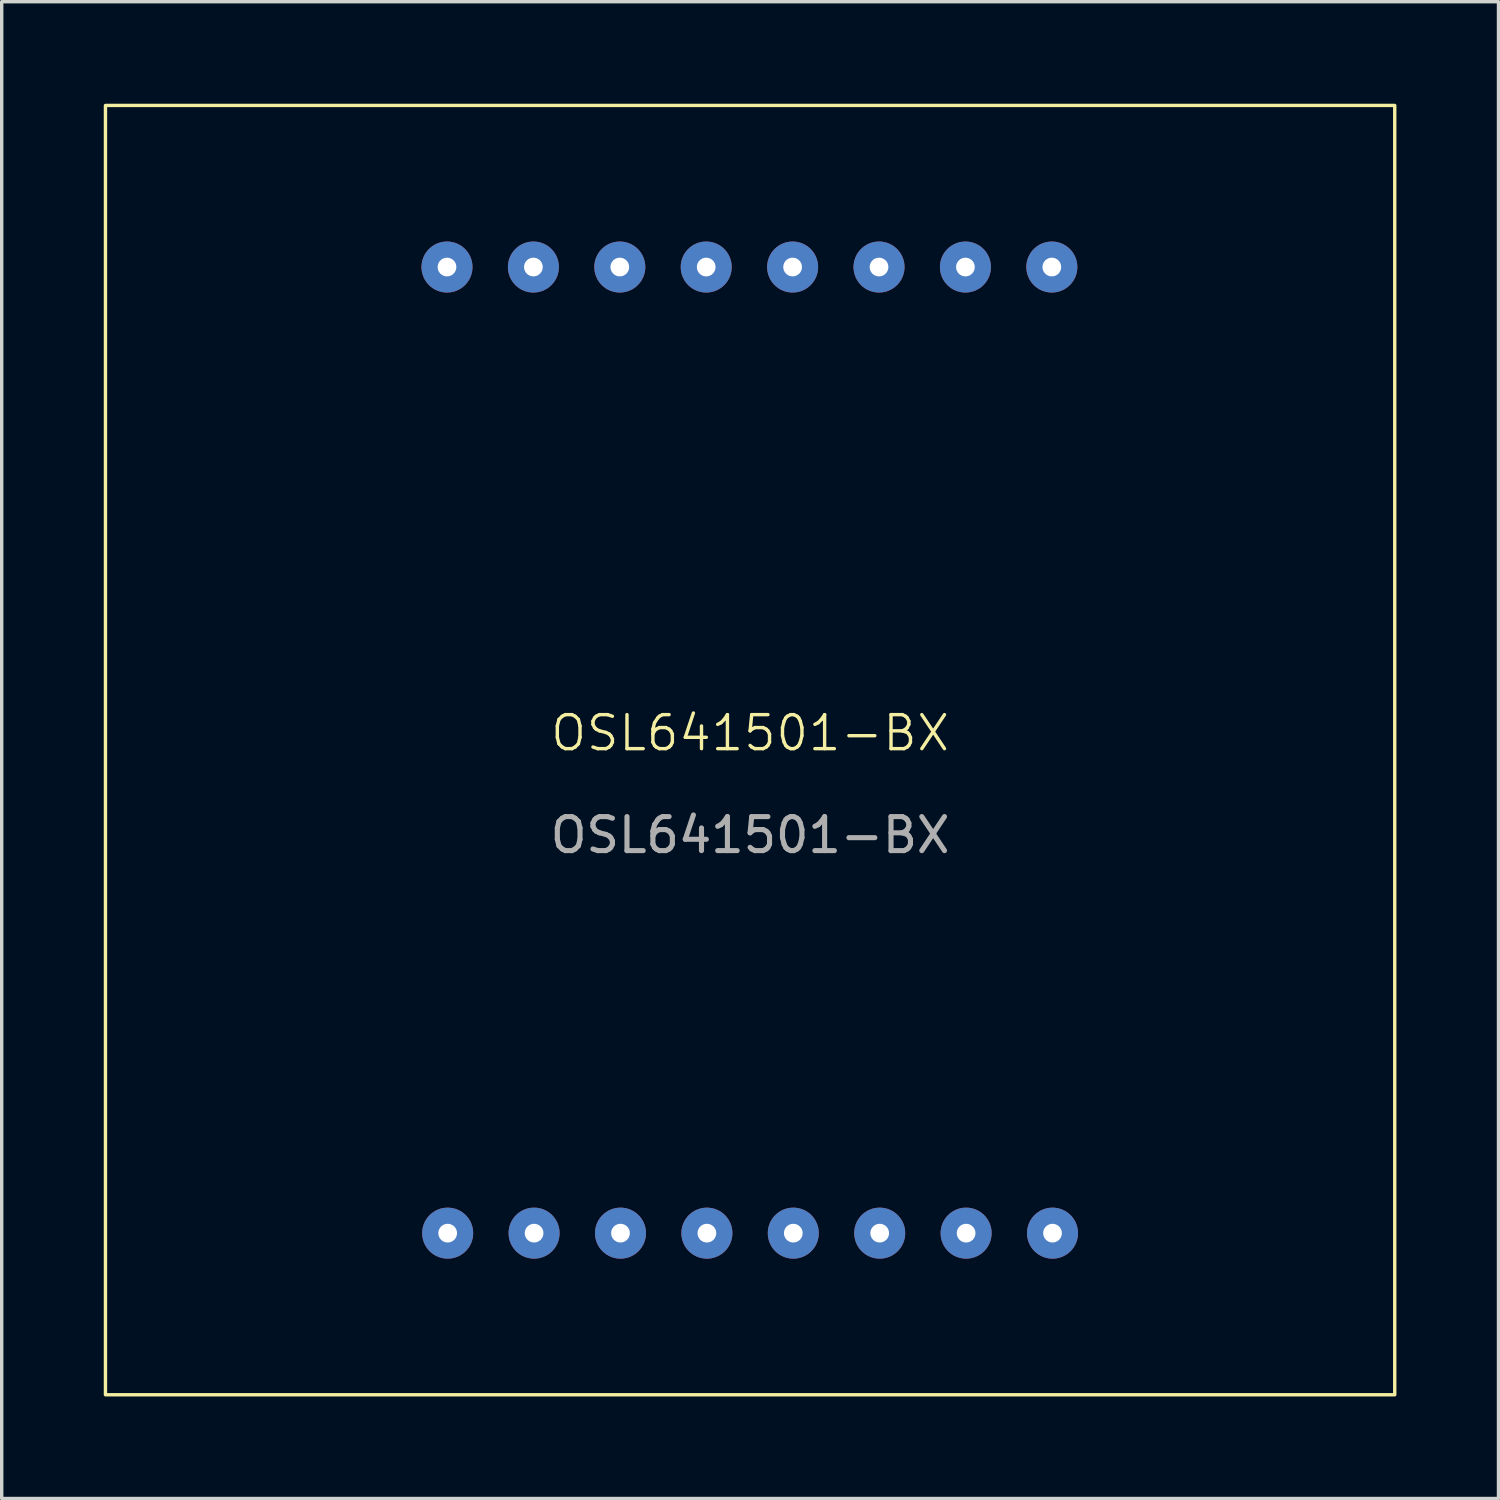
<source format=kicad_pcb>
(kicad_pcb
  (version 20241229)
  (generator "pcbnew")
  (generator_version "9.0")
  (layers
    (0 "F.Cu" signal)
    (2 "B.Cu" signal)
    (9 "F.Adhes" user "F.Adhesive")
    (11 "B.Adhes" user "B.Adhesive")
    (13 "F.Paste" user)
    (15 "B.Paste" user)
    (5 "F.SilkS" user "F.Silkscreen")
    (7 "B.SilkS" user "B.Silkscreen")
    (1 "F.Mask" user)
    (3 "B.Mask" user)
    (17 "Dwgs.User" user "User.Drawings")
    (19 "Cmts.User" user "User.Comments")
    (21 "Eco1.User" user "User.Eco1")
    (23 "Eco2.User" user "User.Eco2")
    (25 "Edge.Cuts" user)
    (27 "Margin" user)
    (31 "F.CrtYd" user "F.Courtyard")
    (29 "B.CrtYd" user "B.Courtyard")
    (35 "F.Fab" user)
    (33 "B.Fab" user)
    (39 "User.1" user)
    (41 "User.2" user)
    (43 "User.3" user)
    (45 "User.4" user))
  (footprint "OSL641501-BX"
    (layer "F.Cu")
    (at 19 19)
    (property "Reference" "OSL641501-BX" (at 0 -0.5 0) (unlocked yes) (layer "F.SilkS") (effects (font (size 1 1) (thickness 0.1))))
    (attr through_hole)
    (fp_rect (start -18.95 -18.95) (end 18.95 18.95) (stroke (width 0.1) (type default)) (fill no) (layer "F.SilkS"))
    (fp_text user "${REFERENCE}" (at 0 2.5 0) (unlocked yes) (layer "F.Fab") (effects (font (size 1 1) (thickness 0.15))))
    (pad "1" thru_hole circle (at -8.89 14.2 90) (size 1.5 1.5) (drill 0.55) (layers "*.Cu" "*.Mask"))
    (pad "2" thru_hole circle (at -6.35 14.2 90) (size 1.5 1.5) (drill 0.55) (layers "*.Cu" "*.Mask"))
    (pad "3" thru_hole circle (at -3.81 14.2 90) (size 1.5 1.5) (drill 0.55) (layers "*.Cu" "*.Mask"))
    (pad "4" thru_hole circle (at -1.27 14.2 90) (size 1.5 1.5) (drill 0.55) (layers "*.Cu" "*.Mask"))
    (pad "5" thru_hole circle (at 1.27 14.2 90) (size 1.5 1.5) (drill 0.55) (layers "*.Cu" "*.Mask"))
    (pad "6" thru_hole circle (at 3.81 14.2 90) (size 1.5 1.5) (drill 0.55) (layers "*.Cu" "*.Mask"))
    (pad "7" thru_hole circle (at 6.35 14.2 90) (size 1.5 1.5) (drill 0.55) (layers "*.Cu" "*.Mask"))
    (pad "8" thru_hole circle (at 8.89 14.2 90) (size 1.5 1.5) (drill 0.55) (layers "*.Cu" "*.Mask"))
    (pad "9" thru_hole circle (at 8.87 -14.2 90) (size 1.5 1.5) (drill 0.55) (layers "*.Cu" "*.Mask"))
    (pad "10" thru_hole circle (at 6.33 -14.2 90) (size 1.5 1.5) (drill 0.55) (layers "*.Cu" "*.Mask"))
    (pad "11" thru_hole circle (at 3.79 -14.2 90) (size 1.5 1.5) (drill 0.55) (layers "*.Cu" "*.Mask"))
    (pad "12" thru_hole circle (at 1.25 -14.2 90) (size 1.5 1.5) (drill 0.55) (layers "*.Cu" "*.Mask"))
    (pad "13" thru_hole circle (at -1.29 -14.2 90) (size 1.5 1.5) (drill 0.55) (layers "*.Cu" "*.Mask"))
    (pad "14" thru_hole circle (at -3.83 -14.2 90) (size 1.5 1.5) (drill 0.55) (layers "*.Cu" "*.Mask"))
    (pad "15" thru_hole circle (at -6.37 -14.2 90) (size 1.5 1.5) (drill 0.55) (layers "*.Cu" "*.Mask"))
    (pad "16" thru_hole circle (at -8.91 -14.2 90) (size 1.5 1.5) (drill 0.55) (layers "*.Cu" "*.Mask")))
  (gr_rect
    (start -3 -3)
    (end 41 41)
    (stroke (width 0.1) (type default))
    (fill no)
    (layer "Edge.Cuts")))
</source>
